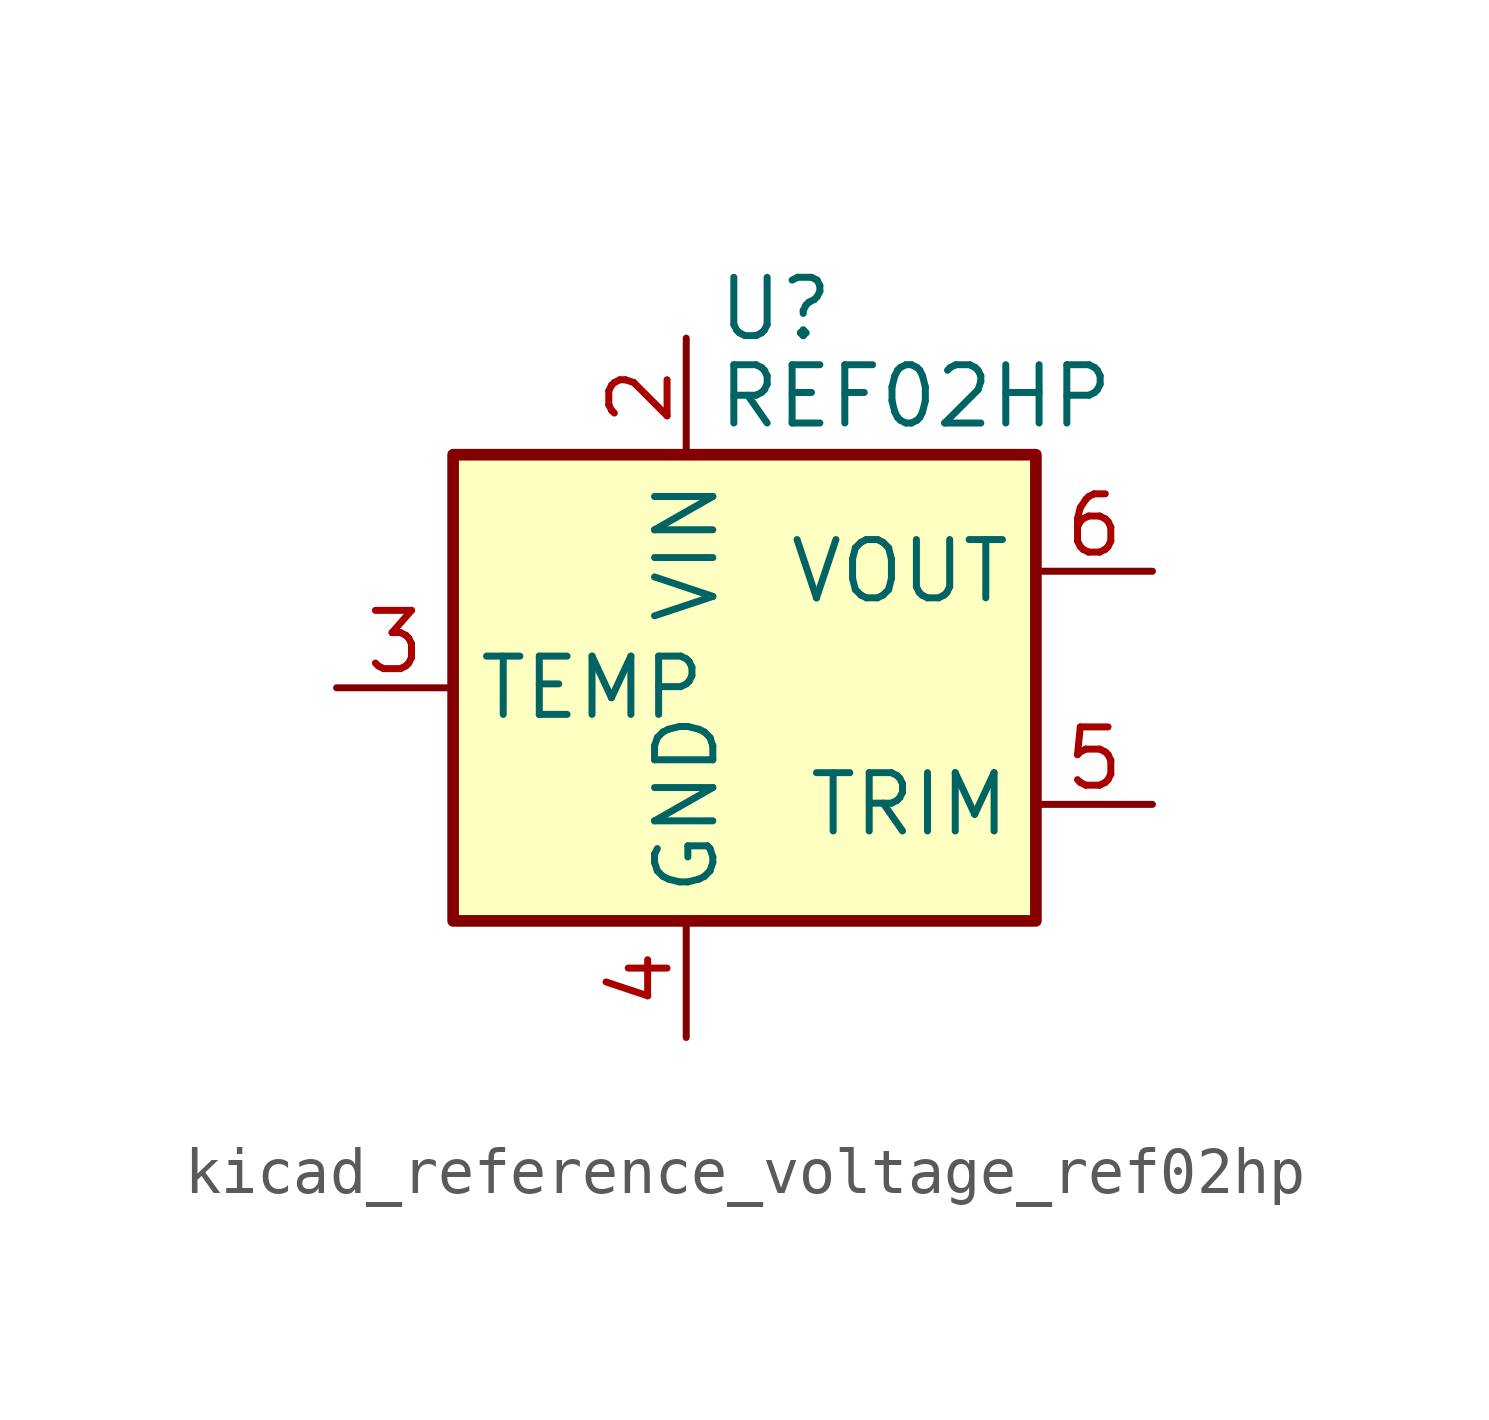
<source format=kicad_sym>
(kicad_symbol_lib
  (version 20220914)
  (generator kicad_symbol_editor)
  (symbol "kicad_reference_voltage_ref02hp"
    (property "Reference" "U"
      (at 0.635 8.255 0)
      (effects (font (size 1.27 1.27)) (justify left)))
    (property "Value" "REF02HP"
      (at 0.635 6.35 0)
      (effects (font (size 1.27 1.27)) (justify left)))
    (symbol "kicad_reference_voltage_ref02hp_0_1"
      (rectangle (start -5.08 5.08) (end 7.62 -5.08) (stroke (width 0.254) (type default)) (fill (type background))))
    (symbol "kicad_reference_voltage_ref02hp_1_1"
      (pin no_connect line (at 2.54 -5.08 90) (length 2.54) hide (name "NC" (effects (font (size 1.27 1.27)))) (number "1" (effects (font (size 1.27 1.27)))))
      (pin power_in line (at 0 7.62 270) (length 2.54) (name "VIN" (effects (font (size 1.27 1.27)))) (number "2" (effects (font (size 1.27 1.27)))))
      (pin passive line (at -7.62 0 0) (length 2.54) (name "TEMP" (effects (font (size 1.27 1.27)))) (number "3" (effects (font (size 1.27 1.27)))))
      (pin power_in line (at 0 -7.62 90) (length 2.54) (name "GND" (effects (font (size 1.27 1.27)))) (number "4" (effects (font (size 1.27 1.27)))))
      (pin passive line (at 10.16 -2.54 180) (length 2.54) (name "TRIM" (effects (font (size 1.27 1.27)))) (number "5" (effects (font (size 1.27 1.27)))))
      (pin power_out line (at 10.16 2.54 180) (length 2.54) (name "VOUT" (effects (font (size 1.27 1.27)))) (number "6" (effects (font (size 1.27 1.27)))))
      (pin no_connect line (at -2.54 -5.08 90) (length 2.54) hide (name "NC" (effects (font (size 1.27 1.27)))) (number "7" (effects (font (size 1.27 1.27)))))
      (pin no_connect line (at 7.62 0 180) (length 2.54) hide (name "NC" (effects (font (size 1.27 1.27)))) (number "8" (effects (font (size 1.27 1.27))))))))
</source>
